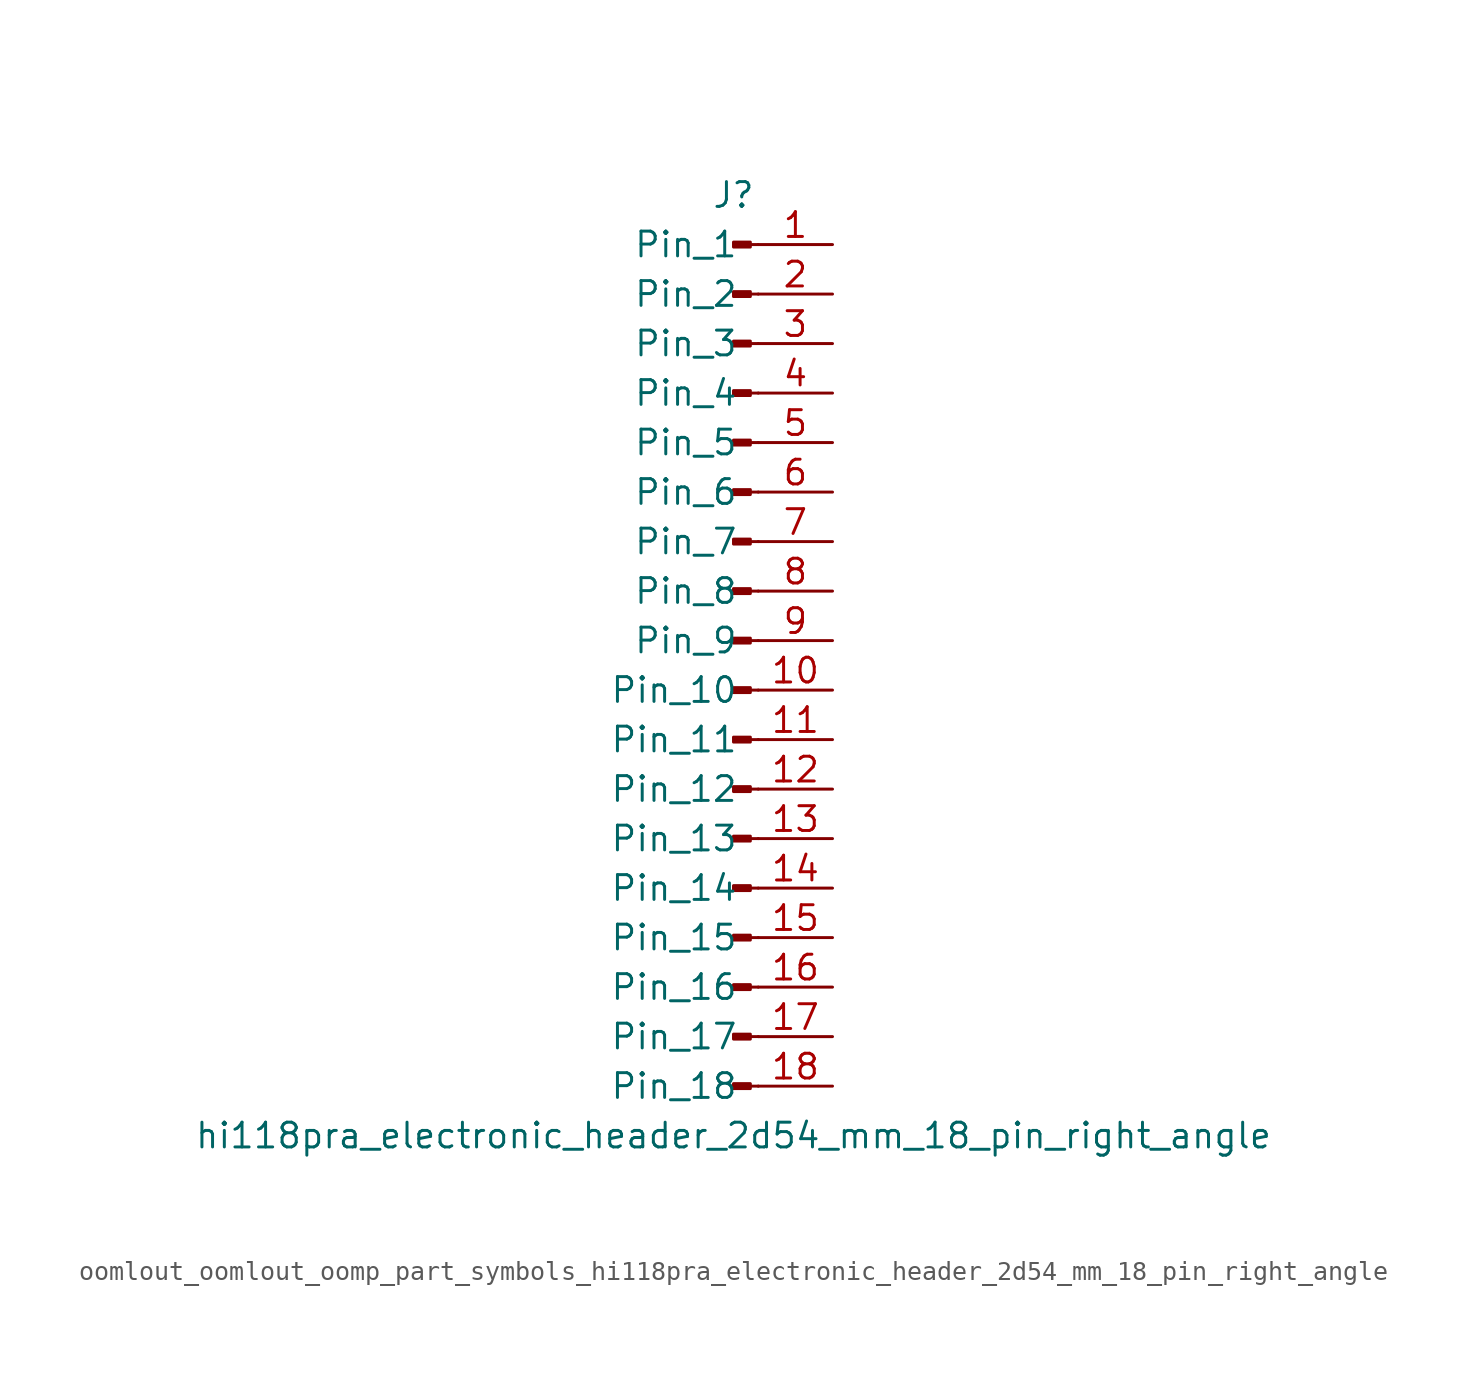
<source format=kicad_sym>
(kicad_symbol_lib
  (version 20220914)
  (generator kicad_symbol_editor)
  (symbol "oomlout_oomlout_oomp_part_symbols_hi118pra_electronic_header_2d54_mm_18_pin_right_angle"
    (pin_names
      (offset 1.016))
    (property "Reference" "J"
      (at 0 22.86 0)
      (effects (font (size 1.27 1.27))))
    (property "Value" "hi118pra_electronic_header_2d54_mm_18_pin_right_angle"
      (at 0 -25.4 0)
      (effects (font (size 1.27 1.27))))
    (property "ki_locked" ""
      (at 0 0 0)
      (effects (font (size 1.27 1.27))))
    (symbol "oomlout_oomlout_oomp_part_symbols_hi118pra_electronic_header_2d54_mm_18_pin_right_angle_1_1"
      (polyline (pts (xy 1.27 -22.86) (xy 0.864 -22.86)) (stroke (width 0.152) (type default)) (fill (type none)))
      (polyline (pts (xy 1.27 -20.32) (xy 0.864 -20.32)) (stroke (width 0.152) (type default)) (fill (type none)))
      (polyline (pts (xy 1.27 -17.78) (xy 0.864 -17.78)) (stroke (width 0.152) (type default)) (fill (type none)))
      (polyline (pts (xy 1.27 -15.24) (xy 0.864 -15.24)) (stroke (width 0.152) (type default)) (fill (type none)))
      (polyline (pts (xy 1.27 -12.7) (xy 0.864 -12.7)) (stroke (width 0.152) (type default)) (fill (type none)))
      (polyline (pts (xy 1.27 -10.16) (xy 0.864 -10.16)) (stroke (width 0.152) (type default)) (fill (type none)))
      (polyline (pts (xy 1.27 -7.62) (xy 0.864 -7.62)) (stroke (width 0.152) (type default)) (fill (type none)))
      (polyline (pts (xy 1.27 -5.08) (xy 0.864 -5.08)) (stroke (width 0.152) (type default)) (fill (type none)))
      (polyline (pts (xy 1.27 -2.54) (xy 0.864 -2.54)) (stroke (width 0.152) (type default)) (fill (type none)))
      (polyline (pts (xy 1.27 0) (xy 0.864 0)) (stroke (width 0.152) (type default)) (fill (type none)))
      (polyline (pts (xy 1.27 2.54) (xy 0.864 2.54)) (stroke (width 0.152) (type default)) (fill (type none)))
      (polyline (pts (xy 1.27 5.08) (xy 0.864 5.08)) (stroke (width 0.152) (type default)) (fill (type none)))
      (polyline (pts (xy 1.27 7.62) (xy 0.864 7.62)) (stroke (width 0.152) (type default)) (fill (type none)))
      (polyline (pts (xy 1.27 10.16) (xy 0.864 10.16)) (stroke (width 0.152) (type default)) (fill (type none)))
      (polyline (pts (xy 1.27 12.7) (xy 0.864 12.7)) (stroke (width 0.152) (type default)) (fill (type none)))
      (polyline (pts (xy 1.27 15.24) (xy 0.864 15.24)) (stroke (width 0.152) (type default)) (fill (type none)))
      (polyline (pts (xy 1.27 17.78) (xy 0.864 17.78)) (stroke (width 0.152) (type default)) (fill (type none)))
      (polyline (pts (xy 1.27 20.32) (xy 0.864 20.32)) (stroke (width 0.152) (type default)) (fill (type none)))
      (rectangle (start 0.864 -22.733) (end 0 -22.987) (stroke (width 0.152) (type default)) (fill (type outline)))
      (rectangle (start 0.864 -20.193) (end 0 -20.447) (stroke (width 0.152) (type default)) (fill (type outline)))
      (rectangle (start 0.864 -17.653) (end 0 -17.907) (stroke (width 0.152) (type default)) (fill (type outline)))
      (rectangle (start 0.864 -15.113) (end 0 -15.367) (stroke (width 0.152) (type default)) (fill (type outline)))
      (rectangle (start 0.864 -12.573) (end 0 -12.827) (stroke (width 0.152) (type default)) (fill (type outline)))
      (rectangle (start 0.864 -10.033) (end 0 -10.287) (stroke (width 0.152) (type default)) (fill (type outline)))
      (rectangle (start 0.864 -7.493) (end 0 -7.747) (stroke (width 0.152) (type default)) (fill (type outline)))
      (rectangle (start 0.864 -4.953) (end 0 -5.207) (stroke (width 0.152) (type default)) (fill (type outline)))
      (rectangle (start 0.864 -2.413) (end 0 -2.667) (stroke (width 0.152) (type default)) (fill (type outline)))
      (rectangle (start 0.864 0.127) (end 0 -0.127) (stroke (width 0.152) (type default)) (fill (type outline)))
      (rectangle (start 0.864 2.667) (end 0 2.413) (stroke (width 0.152) (type default)) (fill (type outline)))
      (rectangle (start 0.864 5.207) (end 0 4.953) (stroke (width 0.152) (type default)) (fill (type outline)))
      (rectangle (start 0.864 7.747) (end 0 7.493) (stroke (width 0.152) (type default)) (fill (type outline)))
      (rectangle (start 0.864 10.287) (end 0 10.033) (stroke (width 0.152) (type default)) (fill (type outline)))
      (rectangle (start 0.864 12.827) (end 0 12.573) (stroke (width 0.152) (type default)) (fill (type outline)))
      (rectangle (start 0.864 15.367) (end 0 15.113) (stroke (width 0.152) (type default)) (fill (type outline)))
      (rectangle (start 0.864 17.907) (end 0 17.653) (stroke (width 0.152) (type default)) (fill (type outline)))
      (rectangle (start 0.864 20.447) (end 0 20.193) (stroke (width 0.152) (type default)) (fill (type outline)))
      (pin passive line (at 5.08 20.32 180) (length 3.81) (name "Pin_1" (effects (font (size 1.27 1.27)))) (number "1" (effects (font (size 1.27 1.27)))))
      (pin passive line (at 5.08 -2.54 180) (length 3.81) (name "Pin_10" (effects (font (size 1.27 1.27)))) (number "10" (effects (font (size 1.27 1.27)))))
      (pin passive line (at 5.08 -5.08 180) (length 3.81) (name "Pin_11" (effects (font (size 1.27 1.27)))) (number "11" (effects (font (size 1.27 1.27)))))
      (pin passive line (at 5.08 -7.62 180) (length 3.81) (name "Pin_12" (effects (font (size 1.27 1.27)))) (number "12" (effects (font (size 1.27 1.27)))))
      (pin passive line (at 5.08 -10.16 180) (length 3.81) (name "Pin_13" (effects (font (size 1.27 1.27)))) (number "13" (effects (font (size 1.27 1.27)))))
      (pin passive line (at 5.08 -12.7 180) (length 3.81) (name "Pin_14" (effects (font (size 1.27 1.27)))) (number "14" (effects (font (size 1.27 1.27)))))
      (pin passive line (at 5.08 -15.24 180) (length 3.81) (name "Pin_15" (effects (font (size 1.27 1.27)))) (number "15" (effects (font (size 1.27 1.27)))))
      (pin passive line (at 5.08 -17.78 180) (length 3.81) (name "Pin_16" (effects (font (size 1.27 1.27)))) (number "16" (effects (font (size 1.27 1.27)))))
      (pin passive line (at 5.08 -20.32 180) (length 3.81) (name "Pin_17" (effects (font (size 1.27 1.27)))) (number "17" (effects (font (size 1.27 1.27)))))
      (pin passive line (at 5.08 -22.86 180) (length 3.81) (name "Pin_18" (effects (font (size 1.27 1.27)))) (number "18" (effects (font (size 1.27 1.27)))))
      (pin passive line (at 5.08 17.78 180) (length 3.81) (name "Pin_2" (effects (font (size 1.27 1.27)))) (number "2" (effects (font (size 1.27 1.27)))))
      (pin passive line (at 5.08 15.24 180) (length 3.81) (name "Pin_3" (effects (font (size 1.27 1.27)))) (number "3" (effects (font (size 1.27 1.27)))))
      (pin passive line (at 5.08 12.7 180) (length 3.81) (name "Pin_4" (effects (font (size 1.27 1.27)))) (number "4" (effects (font (size 1.27 1.27)))))
      (pin passive line (at 5.08 10.16 180) (length 3.81) (name "Pin_5" (effects (font (size 1.27 1.27)))) (number "5" (effects (font (size 1.27 1.27)))))
      (pin passive line (at 5.08 7.62 180) (length 3.81) (name "Pin_6" (effects (font (size 1.27 1.27)))) (number "6" (effects (font (size 1.27 1.27)))))
      (pin passive line (at 5.08 5.08 180) (length 3.81) (name "Pin_7" (effects (font (size 1.27 1.27)))) (number "7" (effects (font (size 1.27 1.27)))))
      (pin passive line (at 5.08 2.54 180) (length 3.81) (name "Pin_8" (effects (font (size 1.27 1.27)))) (number "8" (effects (font (size 1.27 1.27)))))
      (pin passive line (at 5.08 0 180) (length 3.81) (name "Pin_9" (effects (font (size 1.27 1.27)))) (number "9" (effects (font (size 1.27 1.27))))))))
</source>
